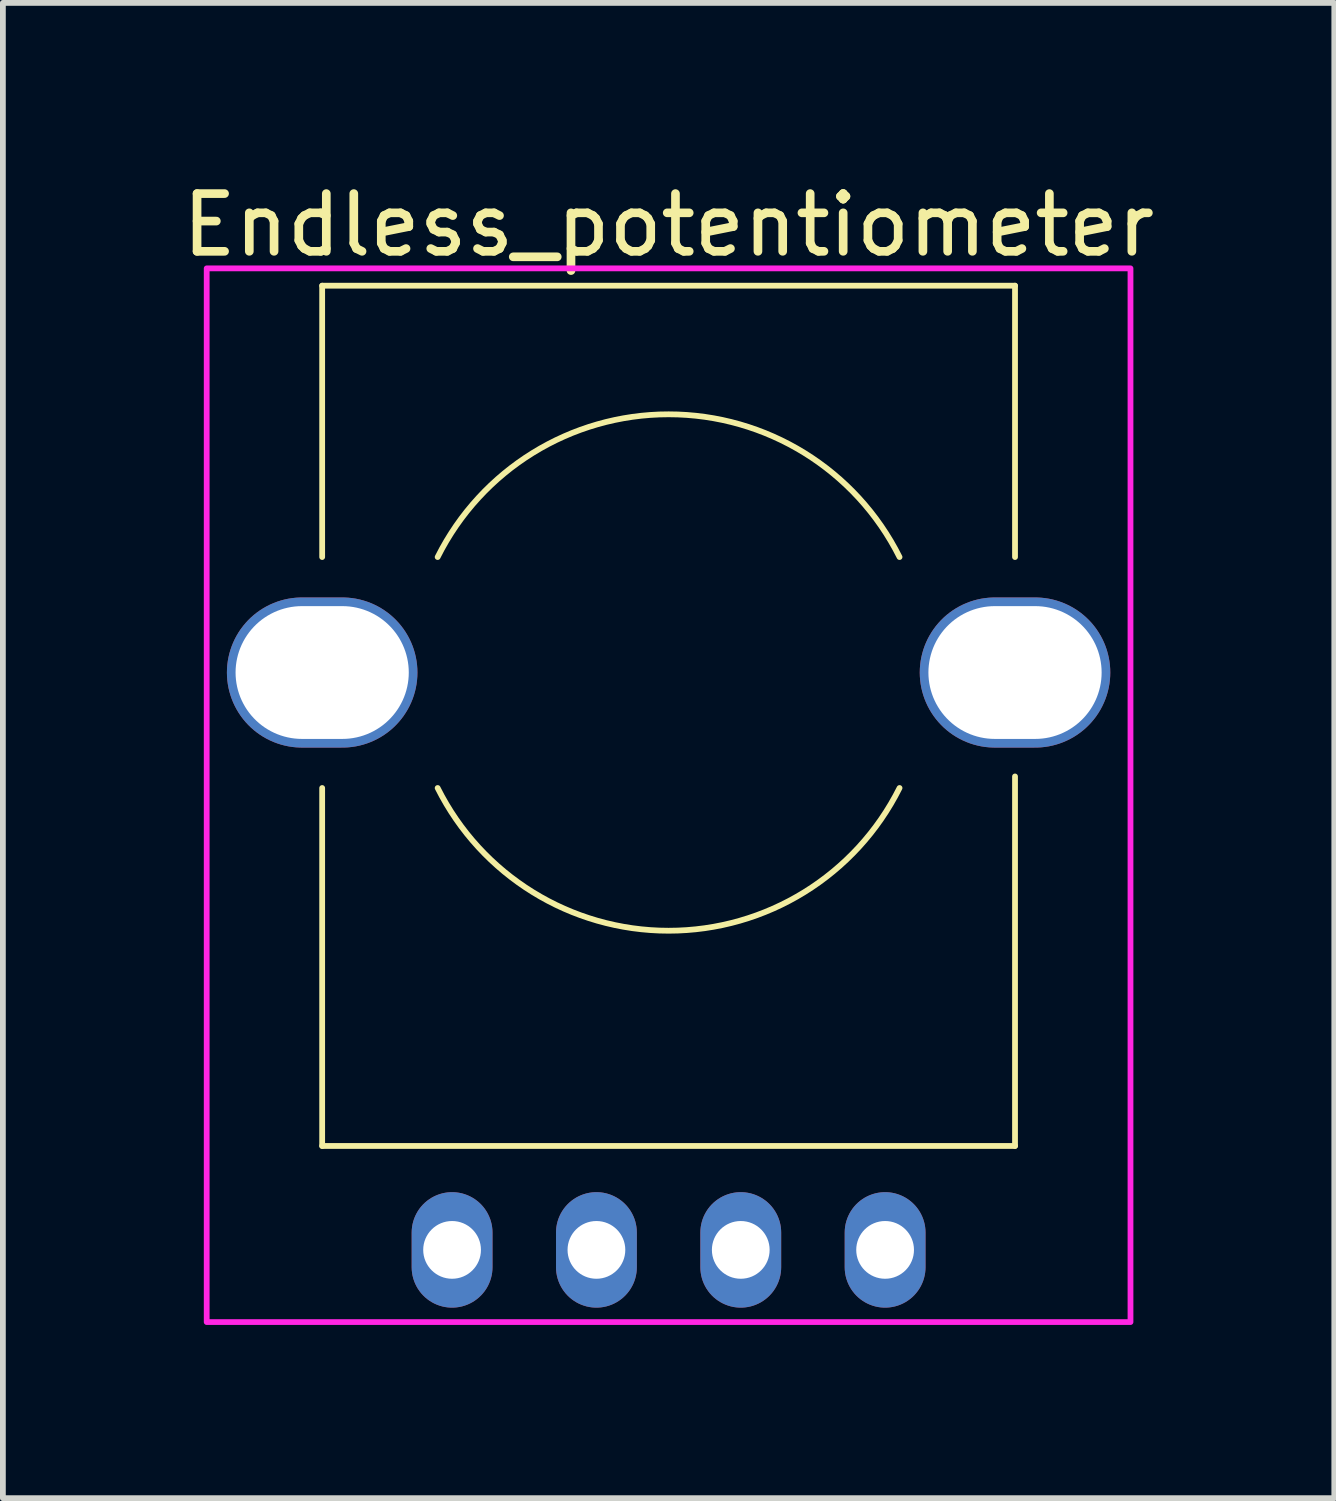
<source format=kicad_pcb>
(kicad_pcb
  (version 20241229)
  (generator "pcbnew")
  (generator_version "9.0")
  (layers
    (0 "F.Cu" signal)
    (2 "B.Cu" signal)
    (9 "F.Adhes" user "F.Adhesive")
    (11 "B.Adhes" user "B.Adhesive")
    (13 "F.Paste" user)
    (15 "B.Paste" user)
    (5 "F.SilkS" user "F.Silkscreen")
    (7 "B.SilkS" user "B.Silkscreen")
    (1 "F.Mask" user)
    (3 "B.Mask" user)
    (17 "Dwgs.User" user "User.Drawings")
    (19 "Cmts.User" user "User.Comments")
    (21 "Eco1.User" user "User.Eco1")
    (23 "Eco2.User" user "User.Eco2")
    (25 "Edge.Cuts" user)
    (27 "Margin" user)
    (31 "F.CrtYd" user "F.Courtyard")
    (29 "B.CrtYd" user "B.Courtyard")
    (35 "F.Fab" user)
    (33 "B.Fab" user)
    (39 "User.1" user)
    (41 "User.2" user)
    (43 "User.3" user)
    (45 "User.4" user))
  (footprint "Endless_potentiometer"
    (layer "F.Cu")
    (at 8.53 8.598)
    (property "Reference" "Endless_potentiometer" (at 0 -7.75 0) (layer "F.SilkS") (effects (font (size 1 1) (thickness 0.15))))
    (attr through_hole)
    (fp_line (start -6 -6.7) (end -6 -2) (stroke (width 0.1) (type default)) (layer "F.SilkS"))
    (fp_line (start -6 -6.7) (end 6 -6.7) (stroke (width 0.1) (type solid)) (layer "F.SilkS"))
    (fp_line (start -6 8.2) (end -6 2) (stroke (width 0.1) (type default)) (layer "F.SilkS"))
    (fp_line (start -6 8.2) (end 6 8.2) (stroke (width 0.1) (type solid)) (layer "F.SilkS"))
    (fp_line (start 6 -6.7) (end 6 -2) (stroke (width 0.1) (type default)) (layer "F.SilkS"))
    (fp_line (start 6 8.2) (end 6 1.8) (stroke (width 0.1) (type default)) (layer "F.SilkS"))
    (fp_arc (start -4 -2) (mid 0 -4.472136) (end 4 -2) (stroke (width 0.1) (type default)) (layer "F.SilkS"))
    (fp_arc (start 4 2) (mid 0 4.472136) (end -4 2) (stroke (width 0.1) (type default)) (layer "F.SilkS"))
    (fp_rect (start -8 -7) (end 8 11.25) (stroke (width 0.1) (type solid)) (fill no) (layer "F.CrtYd"))
    (pad "1" thru_hole oval (at 3.75 10) (size 1.4 2) (drill 1) (layers "*.Cu" "*.Mask"))
    (pad "2" thru_hole oval (at 1.25 10) (size 1.4 2) (drill 1) (layers "*.Cu" "*.Mask"))
    (pad "3" thru_hole oval (at -1.25 10) (size 1.4 2) (drill 1) (layers "*.Cu" "*.Mask"))
    (pad "4" thru_hole oval (at -3.75 10) (size 1.4 2) (drill 1) (layers "*.Cu" "*.Mask"))
    (pad "5" thru_hole oval (at 6 0) (size 3.3 2.6) (drill oval 3 2.3) (layers "*.Cu" "*.Mask") (remove_unused_layers yes) (keep_end_layers yes) (zone_layer_connections))
    (pad "6" thru_hole oval (at -6 0) (size 3.3 2.6) (drill oval 3 2.3) (layers "*.Cu" "*.Mask") (remove_unused_layers yes) (keep_end_layers yes) (zone_layer_connections)))
  (gr_rect
    (start -3 -3)
    (end 20.06 22.898)
    (stroke (width 0.1) (type default))
    (fill no)
    (layer "Edge.Cuts")))
</source>
